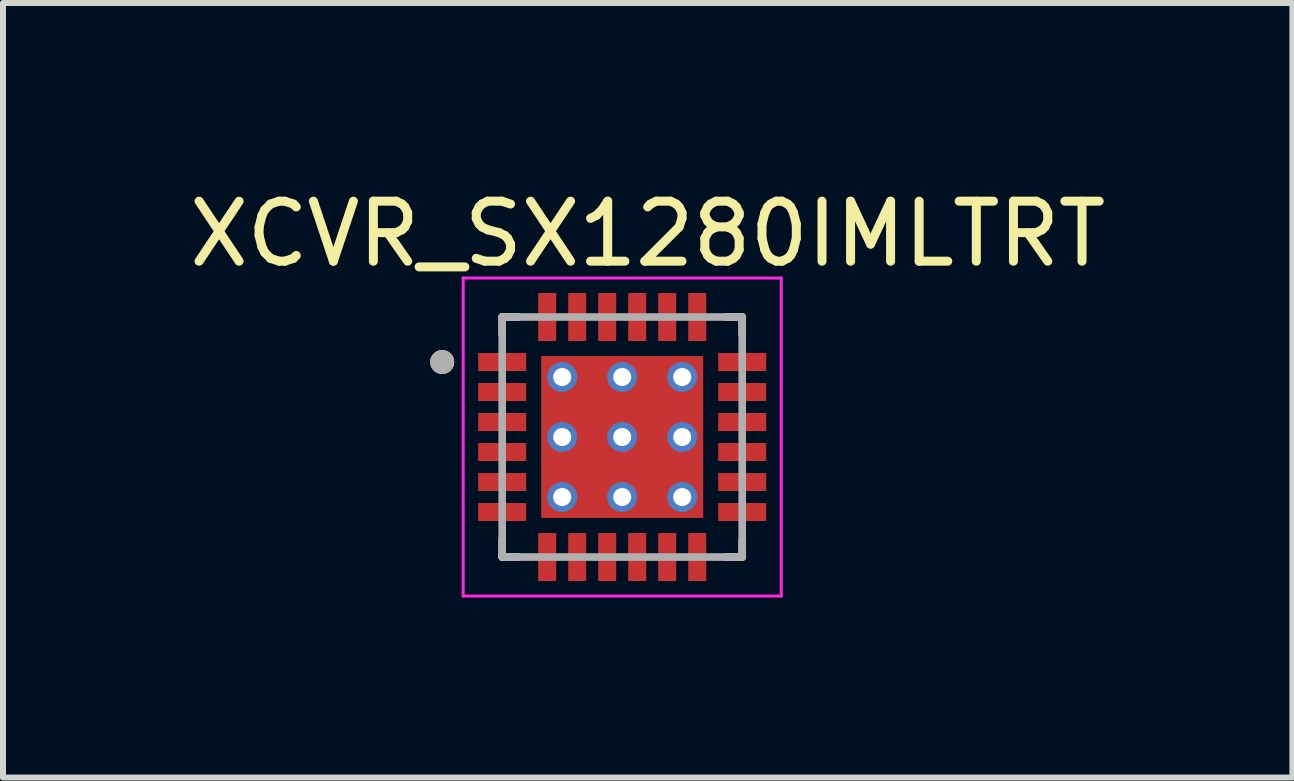
<source format=kicad_pcb>
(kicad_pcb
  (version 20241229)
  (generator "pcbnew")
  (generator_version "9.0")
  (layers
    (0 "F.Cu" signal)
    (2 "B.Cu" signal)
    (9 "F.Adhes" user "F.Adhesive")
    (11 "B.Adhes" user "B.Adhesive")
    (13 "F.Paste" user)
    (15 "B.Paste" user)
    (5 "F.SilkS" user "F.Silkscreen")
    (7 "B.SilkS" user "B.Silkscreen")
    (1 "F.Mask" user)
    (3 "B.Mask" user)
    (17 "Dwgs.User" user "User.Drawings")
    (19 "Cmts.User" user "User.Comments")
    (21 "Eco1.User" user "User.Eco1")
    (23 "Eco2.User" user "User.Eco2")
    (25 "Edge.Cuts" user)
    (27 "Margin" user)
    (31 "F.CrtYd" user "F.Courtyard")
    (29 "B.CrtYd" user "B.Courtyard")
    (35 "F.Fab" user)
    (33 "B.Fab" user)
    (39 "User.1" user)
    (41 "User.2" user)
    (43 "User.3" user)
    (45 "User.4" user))
  (footprint "XCVR_SX1280IMLTRT"
    (layer "F.Cu")
    (at 7.319 4.233)
    (property "Reference" "XCVR_SX1280IMLTRT" (at 0.425 -3.385 0) (layer "F.SilkS") (effects (font (size 1 1) (thickness 0.15))))
    (attr smd)
    (fp_line (start -2 -2) (end -1.72 -2) (stroke (width 0.127) (type solid)) (layer "F.SilkS"))
    (fp_line (start -2 -1.72) (end -2 -2) (stroke (width 0.127) (type solid)) (layer "F.SilkS"))
    (fp_line (start -2 2) (end -2 1.72) (stroke (width 0.127) (type solid)) (layer "F.SilkS"))
    (fp_line (start -1.72 2) (end -2 2) (stroke (width 0.127) (type solid)) (layer "F.SilkS"))
    (fp_line (start 1.72 -2) (end 2 -2) (stroke (width 0.127) (type solid)) (layer "F.SilkS"))
    (fp_line (start 2 -2) (end 2 -1.72) (stroke (width 0.127) (type solid)) (layer "F.SilkS"))
    (fp_line (start 2 2) (end 1.72 2) (stroke (width 0.127) (type solid)) (layer "F.SilkS"))
    (fp_line (start 2 2) (end 2 1.72) (stroke (width 0.127) (type solid)) (layer "F.SilkS"))
    (fp_circle (center -3 -1.25) (end -2.9 -1.25) (stroke (width 0.2) (type solid)) (fill no) (layer "F.SilkS"))
    (fp_poly (pts (xy -0.854 -0.854) (xy 0.854 -0.854) (xy 0.854 0.854) (xy -0.854 0.854)) (stroke (width 0.01) (type solid)) (fill yes) (layer "F.Paste"))
    (fp_line (start -2.65 -2.65) (end -2.65 2.65) (stroke (width 0.05) (type solid)) (layer "F.CrtYd"))
    (fp_line (start -2.65 2.65) (end 2.65 2.65) (stroke (width 0.05) (type solid)) (layer "F.CrtYd"))
    (fp_line (start 2.65 -2.65) (end -2.65 -2.65) (stroke (width 0.05) (type solid)) (layer "F.CrtYd"))
    (fp_line (start 2.65 2.65) (end 2.65 -2.65) (stroke (width 0.05) (type solid)) (layer "F.CrtYd"))
    (fp_line (start -2 -2) (end 2 -2) (stroke (width 0.127) (type solid)) (layer "F.Fab"))
    (fp_line (start -2 2) (end -2 -2) (stroke (width 0.127) (type solid)) (layer "F.Fab"))
    (fp_line (start 2 -2) (end 2 2) (stroke (width 0.127) (type solid)) (layer "F.Fab"))
    (fp_line (start 2 2) (end -2 2) (stroke (width 0.127) (type solid)) (layer "F.Fab"))
    (fp_circle (center -3 -1.25) (end -2.9 -1.25) (stroke (width 0.2) (type solid)) (fill no) (layer "F.Fab"))
    (pad "1" smd rect (at -2 -1.25) (size 0.8 0.3) (layers "F.Cu" "F.Mask" "F.Paste"))
    (pad "2" smd rect (at -2 -0.75) (size 0.8 0.3) (layers "F.Cu" "F.Mask" "F.Paste"))
    (pad "3" smd rect (at -2 -0.25) (size 0.8 0.3) (layers "F.Cu" "F.Mask" "F.Paste"))
    (pad "4" smd rect (at -2 0.25) (size 0.8 0.3) (layers "F.Cu" "F.Mask" "F.Paste"))
    (pad "5" smd rect (at -2 0.75) (size 0.8 0.3) (layers "F.Cu" "F.Mask" "F.Paste"))
    (pad "6" smd rect (at -2 1.25) (size 0.8 0.3) (layers "F.Cu" "F.Mask" "F.Paste"))
    (pad "7" smd rect (at -1.25 2) (size 0.3 0.8) (layers "F.Cu" "F.Mask" "F.Paste"))
    (pad "8" smd rect (at -0.75 2) (size 0.3 0.8) (layers "F.Cu" "F.Mask" "F.Paste"))
    (pad "9" smd rect (at -0.25 2) (size 0.3 0.8) (layers "F.Cu" "F.Mask" "F.Paste"))
    (pad "10" smd rect (at 0.25 2) (size 0.3 0.8) (layers "F.Cu" "F.Mask" "F.Paste"))
    (pad "11" smd rect (at 0.75 2) (size 0.3 0.8) (layers "F.Cu" "F.Mask" "F.Paste"))
    (pad "12" smd rect (at 1.25 2) (size 0.3 0.8) (layers "F.Cu" "F.Mask" "F.Paste"))
    (pad "13" smd rect (at 2 1.25) (size 0.8 0.3) (layers "F.Cu" "F.Mask" "F.Paste"))
    (pad "14" smd rect (at 2 0.75) (size 0.8 0.3) (layers "F.Cu" "F.Mask" "F.Paste"))
    (pad "15" smd rect (at 2 0.25) (size 0.8 0.3) (layers "F.Cu" "F.Mask" "F.Paste"))
    (pad "16" smd rect (at 2 -0.25) (size 0.8 0.3) (layers "F.Cu" "F.Mask" "F.Paste"))
    (pad "17" smd rect (at 2 -0.75) (size 0.8 0.3) (layers "F.Cu" "F.Mask" "F.Paste"))
    (pad "18" smd rect (at 2 -1.25) (size 0.8 0.3) (layers "F.Cu" "F.Mask" "F.Paste"))
    (pad "19" smd rect (at 1.25 -2) (size 0.3 0.8) (layers "F.Cu" "F.Mask" "F.Paste"))
    (pad "20" smd rect (at 0.75 -2) (size 0.3 0.8) (layers "F.Cu" "F.Mask" "F.Paste"))
    (pad "21" smd rect (at 0.25 -2) (size 0.3 0.8) (layers "F.Cu" "F.Mask" "F.Paste"))
    (pad "22" smd rect (at -0.25 -2) (size 0.3 0.8) (layers "F.Cu" "F.Mask" "F.Paste"))
    (pad "23" smd rect (at -0.75 -2) (size 0.3 0.8) (layers "F.Cu" "F.Mask" "F.Paste"))
    (pad "24" smd rect (at -1.25 -2) (size 0.3 0.8) (layers "F.Cu" "F.Mask" "F.Paste"))
    (pad "25" thru_hole circle (at -1 -1) (size 0.5 0.5) (drill 0.3) (layers "*.Cu"))
    (pad "25" thru_hole circle (at -1 0) (size 0.5 0.5) (drill 0.3) (layers "*.Cu"))
    (pad "25" thru_hole circle (at -1 1) (size 0.5 0.5) (drill 0.3) (layers "*.Cu"))
    (pad "25" thru_hole circle (at 0 -1) (size 0.5 0.5) (drill 0.3) (layers "*.Cu"))
    (pad "25" thru_hole circle (at 0 0) (size 0.5 0.5) (drill 0.3) (layers "*.Cu"))
    (pad "25" smd rect (at 0 0) (size 2.7 2.7) (layers "F.Cu" "F.Mask"))
    (pad "25" thru_hole circle (at 0 1) (size 0.5 0.5) (drill 0.3) (layers "*.Cu"))
    (pad "25" thru_hole circle (at 1 -1) (size 0.5 0.5) (drill 0.3) (layers "*.Cu"))
    (pad "25" thru_hole circle (at 1 0) (size 0.5 0.5) (drill 0.3) (layers "*.Cu"))
    (pad "25" thru_hole circle (at 1 1) (size 0.5 0.5) (drill 0.3) (layers "*.Cu")))
  (gr_rect
    (start -3 -3)
    (end 18.488 9.908)
    (stroke (width 0.1) (type default))
    (fill no)
    (layer "Edge.Cuts")))
</source>
